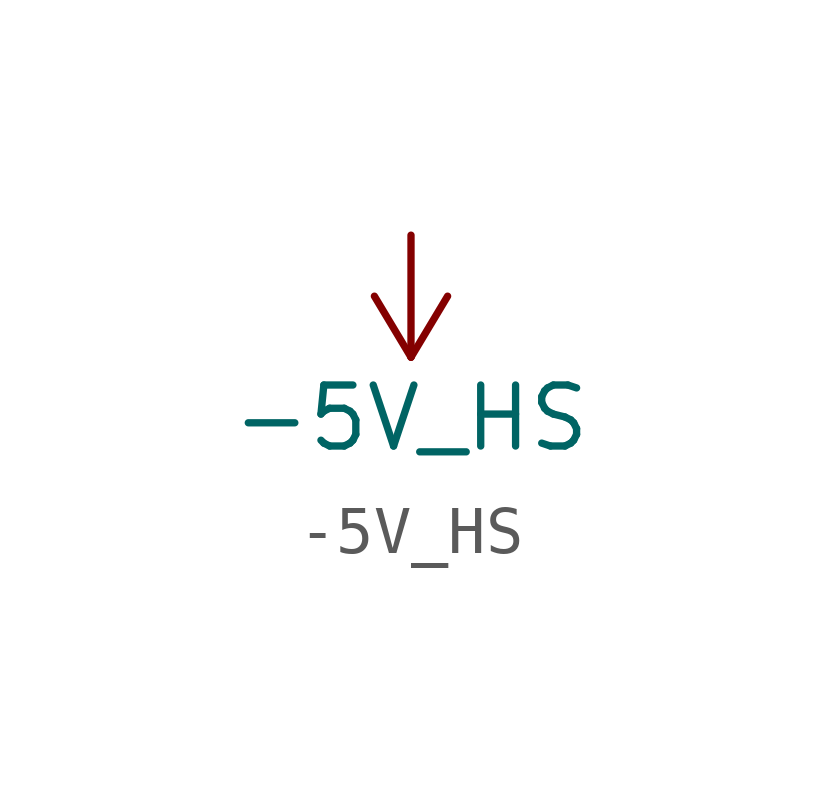
<source format=kicad_sym>
(kicad_symbol_lib
  (version 20211014)
  (generator kicad_symbol_editor)
  (symbol "-5V_HS"
    (power)
    (pin_numbers hide)
    (pin_names
      (offset 0))
    (property "Reference" "#PWR"
      (at 1.27 0 90)
      (effects (font (size 1.27 1.27)) hide))
    (property "Value" "-5V_HS"
      (at 0 -3.81 0)
      (effects (font (size 1.27 1.27))))
    (symbol "-5V_HS_1_1"
      (polyline (pts (xy 0 -2.54) (xy -0.762 -1.27)) (stroke (width 0) (type default) (color 0 0 0 0)) (fill (type none)))
      (polyline (pts (xy 0 0) (xy 0 -2.54)) (stroke (width 0) (type default) (color 0 0 0 0)) (fill (type none)))
      (polyline (pts (xy 0.762 -1.27) (xy 0 -2.54)) (stroke (width 0) (type default) (color 0 0 0 0)) (fill (type none)))
      (pin power_in line (at 0 0 90) (length 0) hide (name "-5V_HS" (effects (font (size 1.27 1.27)))) (number "1" (effects (font (size 1.27 1.27))))))))
</source>
